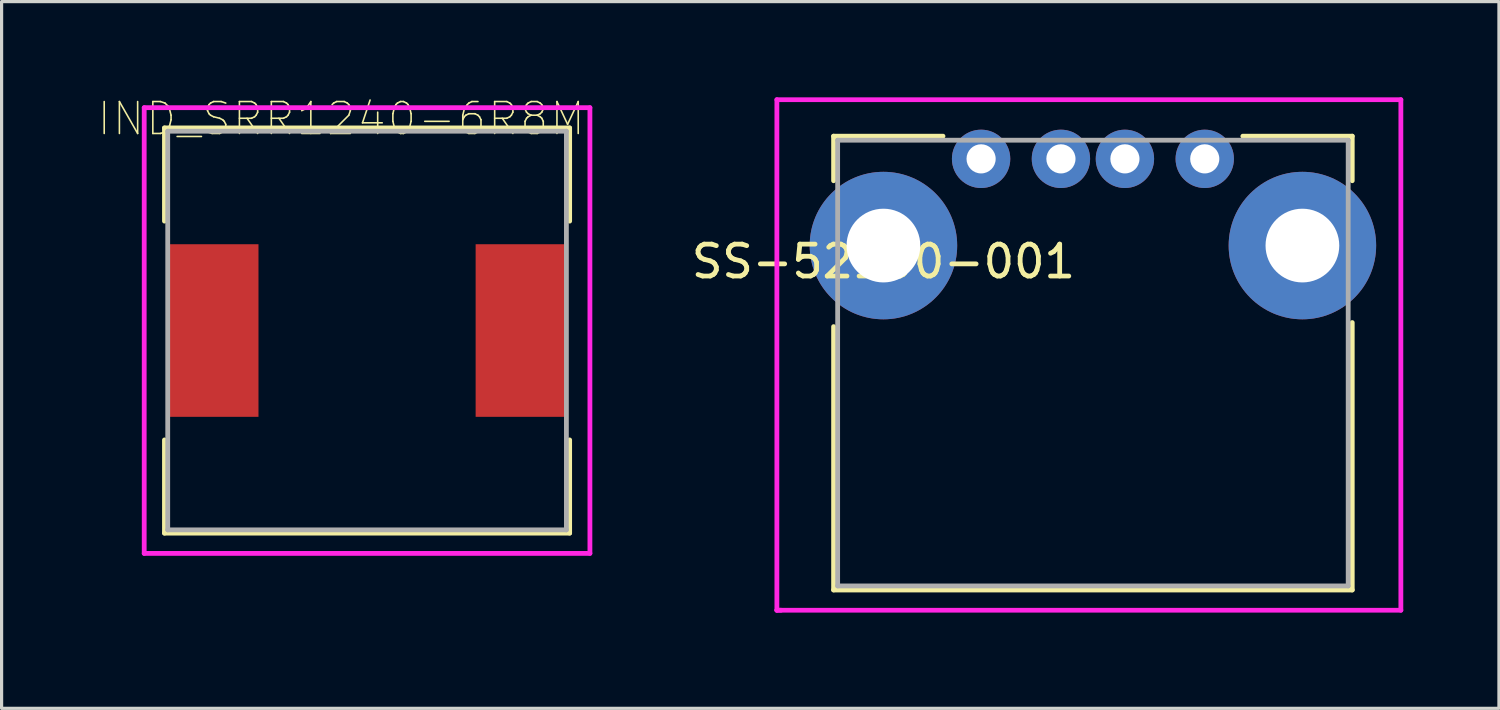
<source format=kicad_pcb>
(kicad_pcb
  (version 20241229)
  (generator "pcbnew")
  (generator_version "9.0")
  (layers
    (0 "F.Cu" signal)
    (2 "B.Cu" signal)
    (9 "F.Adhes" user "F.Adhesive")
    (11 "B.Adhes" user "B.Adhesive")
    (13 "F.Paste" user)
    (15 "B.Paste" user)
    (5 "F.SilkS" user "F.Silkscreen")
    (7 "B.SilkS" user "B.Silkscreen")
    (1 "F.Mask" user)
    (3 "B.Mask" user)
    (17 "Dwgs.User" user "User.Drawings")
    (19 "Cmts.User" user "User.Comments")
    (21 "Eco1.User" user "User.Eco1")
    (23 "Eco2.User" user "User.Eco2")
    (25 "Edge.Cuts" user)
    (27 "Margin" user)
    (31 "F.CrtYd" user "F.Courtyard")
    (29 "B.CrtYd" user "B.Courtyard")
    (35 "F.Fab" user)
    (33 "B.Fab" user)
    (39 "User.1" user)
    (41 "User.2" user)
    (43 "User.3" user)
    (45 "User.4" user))
  (footprint "IND_SRR1240-6R8M"
    (layer "F.Cu")
    (at 8.455 7.31)
    (property "Reference" "IND_SRR1240-6R8M" (at -0.81 -6.637 0) (layer "F.SilkS") (effects (font (size 1 1) (thickness 0.05))))
    (attr smd)
    (fp_line (start -6.35 -6.35) (end 6.35 -6.35) (stroke (width 0.15) (type solid)) (layer "F.SilkS"))
    (fp_line (start -6.35 -3.429) (end -6.35 -6.35) (stroke (width 0.15) (type solid)) (layer "F.SilkS"))
    (fp_line (start -6.35 3.429) (end -6.35 6.35) (stroke (width 0.15) (type solid)) (layer "F.SilkS"))
    (fp_line (start 6.35 -6.35) (end 6.35 -3.429) (stroke (width 0.15) (type solid)) (layer "F.SilkS"))
    (fp_line (start 6.35 6.35) (end -6.35 6.35) (stroke (width 0.15) (type solid)) (layer "F.SilkS"))
    (fp_line (start 6.35 6.35) (end 6.35 3.429) (stroke (width 0.15) (type solid)) (layer "F.SilkS"))
    (fp_line (start -5.65 1.9) (end -5.65 -1.9) (stroke (width 0.05) (type solid)) (layer "Eco1.User"))
    (fp_line (start -5 1.7) (end -5 -1.7) (stroke (width 0.127) (type solid)) (layer "Eco2.User"))
    (fp_line (start -6.985 -6.985) (end -6.985 6.985) (stroke (width 0.15) (type solid)) (layer "F.CrtYd"))
    (fp_line (start -6.985 -6.985) (end 6.985 -6.985) (stroke (width 0.15) (type solid)) (layer "F.CrtYd"))
    (fp_line (start -6.985 6.985) (end 6.985 6.985) (stroke (width 0.15) (type solid)) (layer "F.CrtYd"))
    (fp_line (start 6.985 6.985) (end 6.985 -6.985) (stroke (width 0.15) (type solid)) (layer "F.CrtYd"))
    (fp_line (start -6.248 -6.248) (end 6.248 -6.248) (stroke (width 0.15) (type solid)) (layer "F.Fab"))
    (fp_line (start -6.248 6.248) (end -6.248 -6.248) (stroke (width 0.15) (type solid)) (layer "F.Fab"))
    (fp_line (start 6.248 -6.248) (end 6.248 6.248) (stroke (width 0.15) (type solid)) (layer "F.Fab"))
    (fp_line (start 6.248 6.248) (end -6.248 6.248) (stroke (width 0.15) (type solid)) (layer "F.Fab"))
    (pad "1" smd rect (at -4.851 0 90) (size 5.41 2.896) (layers "F.Cu" "F.Mask" "F.Paste"))
    (pad "2" smd rect (at 4.851 0 90) (size 5.41 2.896) (layers "F.Cu" "F.Mask" "F.Paste")))
  (footprint "SS-52100-001"
    (layer "F.Cu")
    (at 24.64 4.647)
    (property "Reference" "SS-52100-001" (at 0 0.5 0) (layer "F.SilkS") (effects (font (size 1 1) (thickness 0.15))))
    (attr through_hole)
    (fp_line (start -1.562 -3.429) (end 1.867 -3.429) (stroke (width 0.15) (type solid)) (layer "F.SilkS"))
    (fp_line (start -1.562 -2.032) (end -1.562 -3.429) (stroke (width 0.15) (type solid)) (layer "F.SilkS"))
    (fp_line (start -1.562 10.795) (end -1.562 2.54) (stroke (width 0.15) (type solid)) (layer "F.SilkS"))
    (fp_line (start 14.694 -3.429) (end 11.265 -3.429) (stroke (width 0.15) (type solid)) (layer "F.SilkS"))
    (fp_line (start 14.694 -2.032) (end 14.694 -3.429) (stroke (width 0.15) (type solid)) (layer "F.SilkS"))
    (fp_line (start 14.694 2.413) (end 14.694 10.795) (stroke (width 0.15) (type solid)) (layer "F.SilkS"))
    (fp_line (start 14.694 10.795) (end -1.562 10.795) (stroke (width 0.15) (type solid)) (layer "F.SilkS"))
    (fp_line (start -3.34 -4.572) (end 16.218 -4.572) (stroke (width 0.15) (type solid)) (layer "F.CrtYd"))
    (fp_line (start -3.34 11.43) (end -3.34 -4.572) (stroke (width 0.15) (type solid)) (layer "F.CrtYd"))
    (fp_line (start -3.213 11.43) (end -3.34 11.43) (stroke (width 0.15) (type solid)) (layer "F.CrtYd"))
    (fp_line (start 16.218 -4.572) (end 16.218 11.43) (stroke (width 0.15) (type solid)) (layer "F.CrtYd"))
    (fp_line (start 16.218 11.43) (end -3.34 11.43) (stroke (width 0.15) (type solid)) (layer "F.CrtYd"))
    (fp_line (start -1.435 -3.302) (end 14.567 -3.302) (stroke (width 0.15) (type solid)) (layer "F.Fab"))
    (fp_line (start -1.435 10.668) (end -1.435 -3.302) (stroke (width 0.15) (type solid)) (layer "F.Fab"))
    (fp_line (start 14.567 -3.302) (end 14.567 10.668) (stroke (width 0.15) (type solid)) (layer "F.Fab"))
    (fp_line (start 14.567 10.668) (end -1.435 10.668) (stroke (width 0.15) (type solid)) (layer "F.Fab"))
    (pad "1" thru_hole circle (at 3.061 -2.718) (size 1.829 1.829) (drill 0.914) (layers "*.Cu" "*.Mask"))
    (pad "2" thru_hole circle (at 5.563 -2.718) (size 1.829 1.829) (drill 0.914) (layers "*.Cu" "*.Mask"))
    (pad "3" thru_hole circle (at 7.569 -2.718) (size 1.829 1.829) (drill 0.914) (layers "*.Cu" "*.Mask"))
    (pad "4" thru_hole circle (at 10.071 -2.718) (size 1.829 1.829) (drill 0.914) (layers "*.Cu" "*.Mask"))
    (pad "SH" thru_hole circle (at 0 0) (size 4.623 4.623) (drill 2.311) (layers "*.Cu" "*.Mask"))
    (pad "SH" thru_hole circle (at 13.132 0) (size 4.623 4.623) (drill 2.311) (layers "*.Cu" "*.Mask")))
  (gr_rect
    (start -3 -3)
    (end 43.932 19.152)
    (stroke (width 0.1) (type default))
    (fill no)
    (layer "Edge.Cuts")))
</source>
